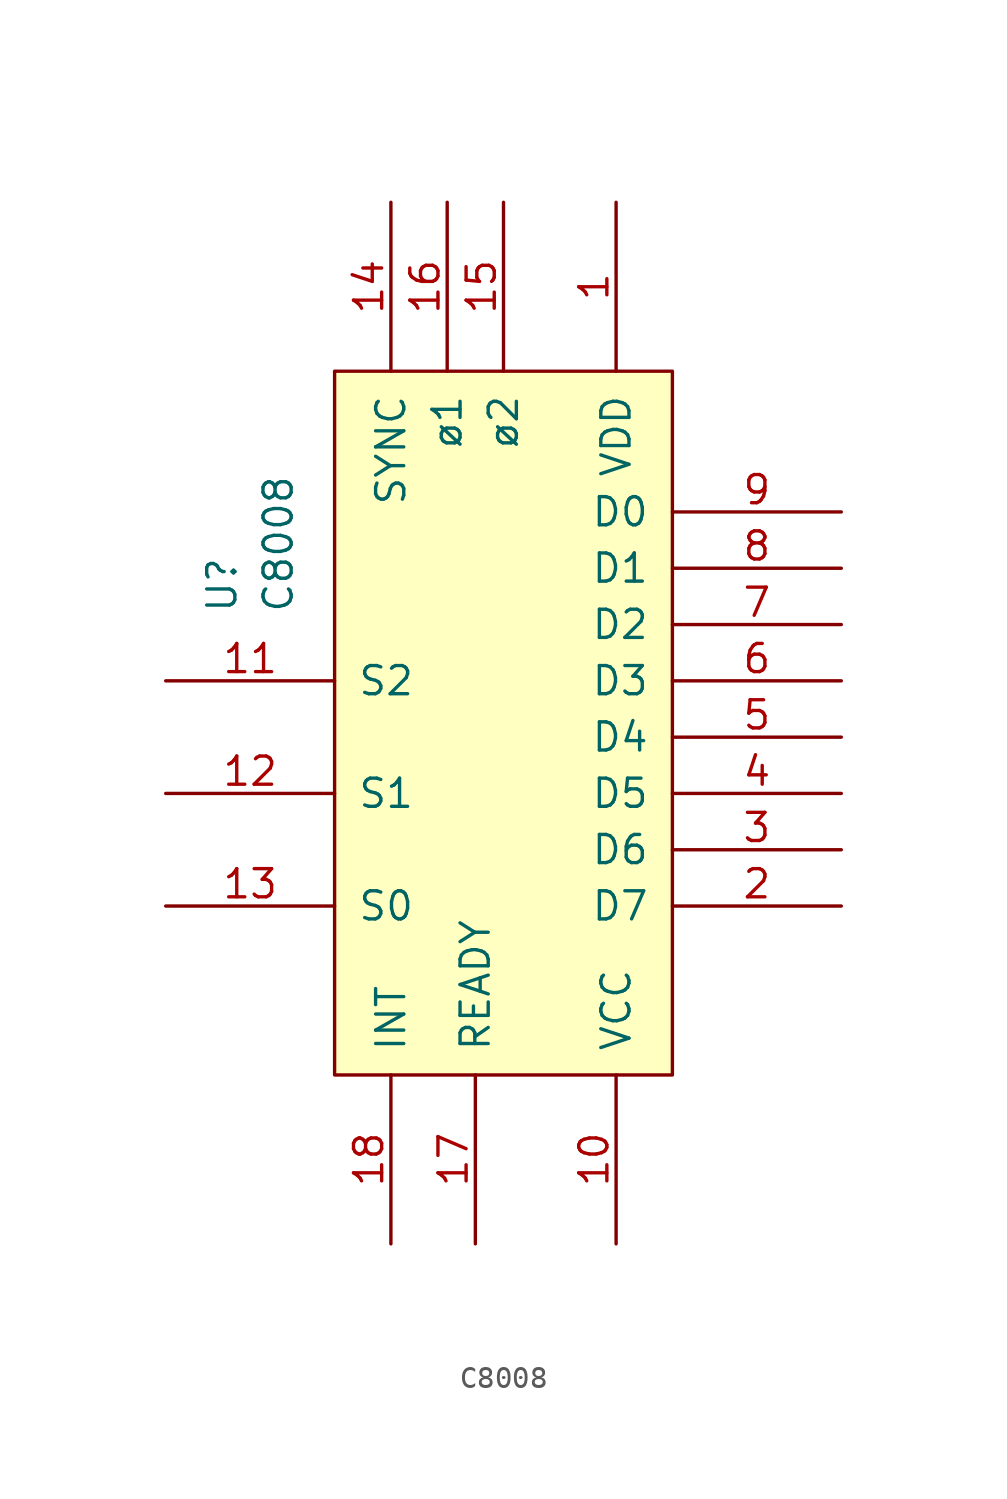
<source format=kicad_sym>
(kicad_symbol_lib
  (version 20241209)
  (generator "kicad_symbol_editor")
  (generator_version "9.0")
  (symbol "C8008"
    (pin_names
      (offset 1.016))
    (property "Reference" "U"
      (at -11.43 6.827 90)
      (effects (font (size 1.27 1.27)) (justify left)))
    (property "Value" "C8008"
      (at -8.89 6.827 90)
      (effects (font (size 1.27 1.27)) (justify left)))
    (symbol "C8008_1_0"
      (rectangle (start -6.35 17.78) (end 8.89 -13.97) (stroke (width 0) (type solid)) (fill (type background))))
    (symbol "C8008_1_1"
      (pin output line (at -13.97 3.81 0) (length 7.62) (name "S2" (effects (font (size 1.27 1.27)))) (number "11" (effects (font (size 1.27 1.27)))))
      (pin output line (at -13.97 -1.27 0) (length 7.62) (name "S1" (effects (font (size 1.27 1.27)))) (number "12" (effects (font (size 1.27 1.27)))))
      (pin output line (at -13.97 -6.35 0) (length 7.62) (name "S0" (effects (font (size 1.27 1.27)))) (number "13" (effects (font (size 1.27 1.27)))))
      (pin output line (at -3.81 25.4 270) (length 7.62) (name "SYNC" (effects (font (size 1.27 1.27)))) (number "14" (effects (font (size 1.27 1.27)))))
      (pin input line (at -3.81 -21.59 90) (length 7.62) (name "INT" (effects (font (size 1.27 1.27)))) (number "18" (effects (font (size 1.27 1.27)))))
      (pin input line (at -1.27 25.4 270) (length 7.62) (name "ø1" (effects (font (size 1.27 1.27)))) (number "16" (effects (font (size 1.27 1.27)))))
      (pin input line (at 0 -21.59 90) (length 7.62) (name "READY" (effects (font (size 1.27 1.27)))) (number "17" (effects (font (size 1.27 1.27)))))
      (pin input line (at 1.27 25.4 270) (length 7.62) (name "ø2" (effects (font (size 1.27 1.27)))) (number "15" (effects (font (size 1.27 1.27)))))
      (pin power_in line (at 6.35 25.4 270) (length 7.62) (name "VDD" (effects (font (size 1.27 1.27)))) (number "1" (effects (font (size 1.27 1.27)))))
      (pin power_in line (at 6.35 -21.59 90) (length 7.62) (name "VCC" (effects (font (size 1.27 1.27)))) (number "10" (effects (font (size 1.27 1.27)))))
      (pin bidirectional line (at 16.51 11.43 180) (length 7.62) (name "D0" (effects (font (size 1.27 1.27)))) (number "9" (effects (font (size 1.27 1.27)))))
      (pin bidirectional line (at 16.51 8.89 180) (length 7.62) (name "D1" (effects (font (size 1.27 1.27)))) (number "8" (effects (font (size 1.27 1.27)))))
      (pin bidirectional line (at 16.51 6.35 180) (length 7.62) (name "D2" (effects (font (size 1.27 1.27)))) (number "7" (effects (font (size 1.27 1.27)))))
      (pin bidirectional line (at 16.51 3.81 180) (length 7.62) (name "D3" (effects (font (size 1.27 1.27)))) (number "6" (effects (font (size 1.27 1.27)))))
      (pin bidirectional line (at 16.51 1.27 180) (length 7.62) (name "D4" (effects (font (size 1.27 1.27)))) (number "5" (effects (font (size 1.27 1.27)))))
      (pin bidirectional line (at 16.51 -1.27 180) (length 7.62) (name "D5" (effects (font (size 1.27 1.27)))) (number "4" (effects (font (size 1.27 1.27)))))
      (pin bidirectional line (at 16.51 -3.81 180) (length 7.62) (name "D6" (effects (font (size 1.27 1.27)))) (number "3" (effects (font (size 1.27 1.27)))))
      (pin bidirectional line (at 16.51 -6.35 180) (length 7.62) (name "D7" (effects (font (size 1.27 1.27)))) (number "2" (effects (font (size 1.27 1.27))))))))
</source>
